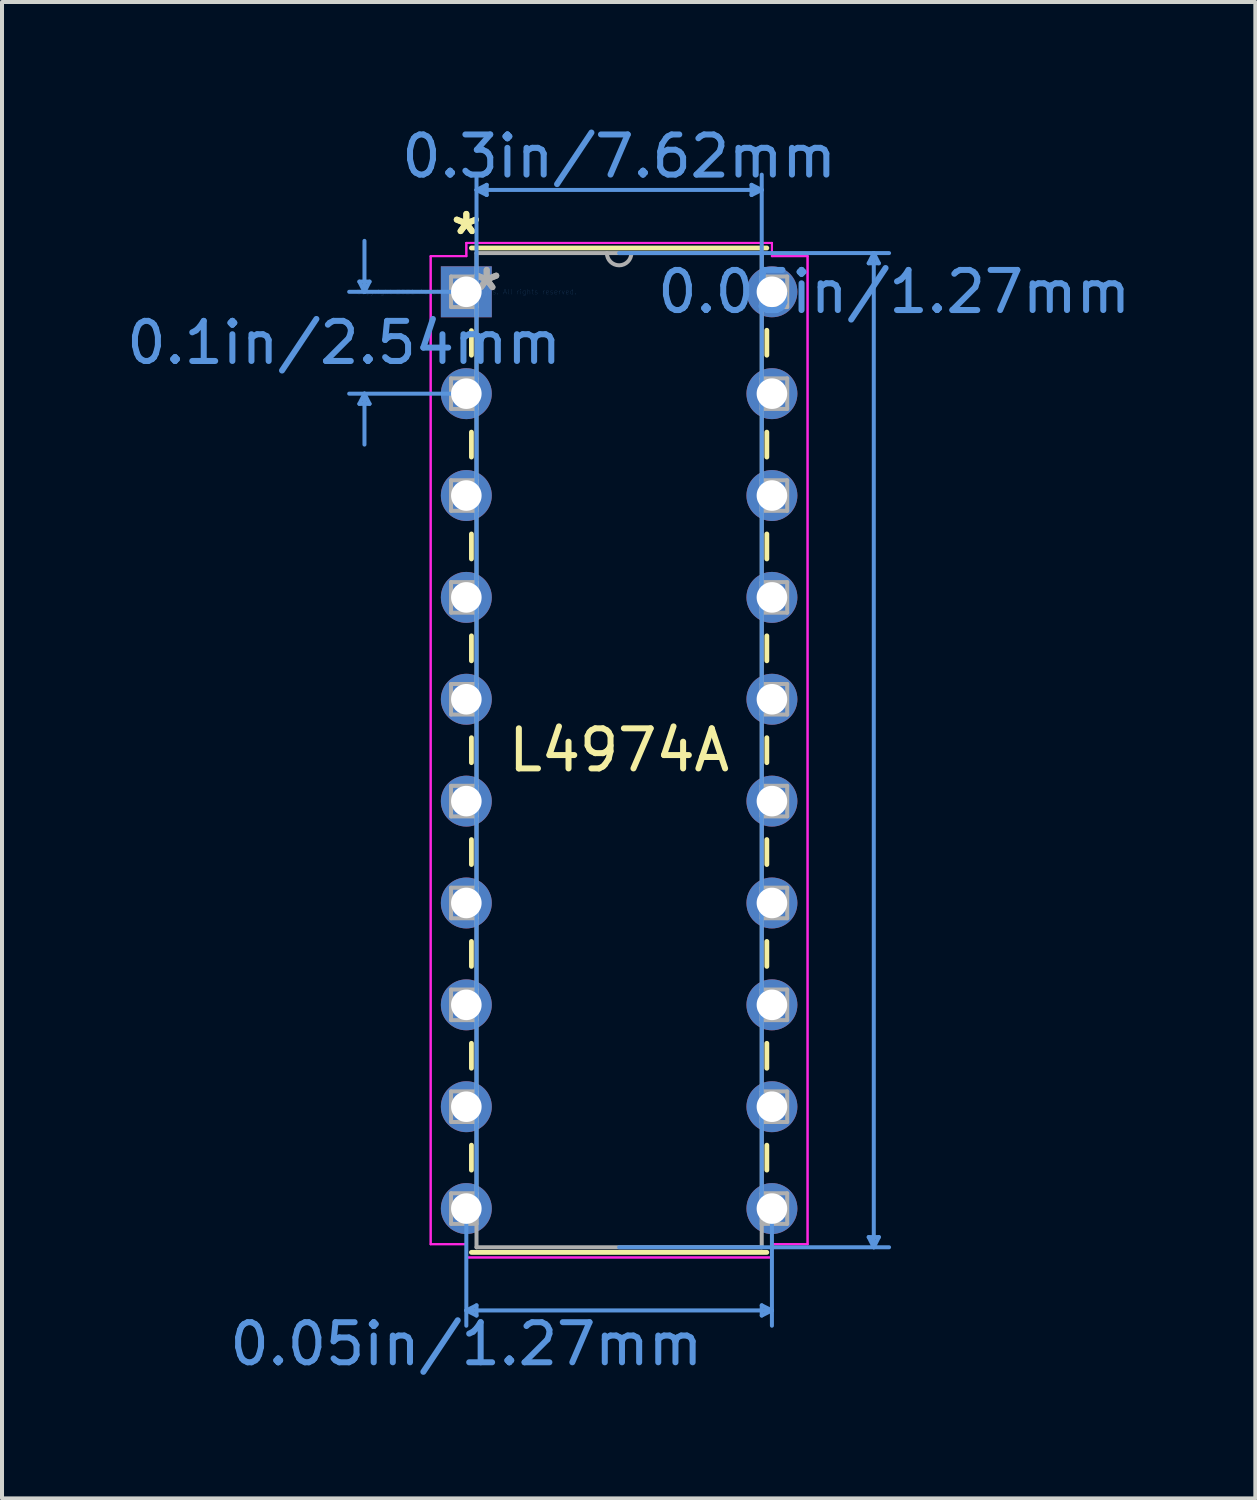
<source format=kicad_pcb>
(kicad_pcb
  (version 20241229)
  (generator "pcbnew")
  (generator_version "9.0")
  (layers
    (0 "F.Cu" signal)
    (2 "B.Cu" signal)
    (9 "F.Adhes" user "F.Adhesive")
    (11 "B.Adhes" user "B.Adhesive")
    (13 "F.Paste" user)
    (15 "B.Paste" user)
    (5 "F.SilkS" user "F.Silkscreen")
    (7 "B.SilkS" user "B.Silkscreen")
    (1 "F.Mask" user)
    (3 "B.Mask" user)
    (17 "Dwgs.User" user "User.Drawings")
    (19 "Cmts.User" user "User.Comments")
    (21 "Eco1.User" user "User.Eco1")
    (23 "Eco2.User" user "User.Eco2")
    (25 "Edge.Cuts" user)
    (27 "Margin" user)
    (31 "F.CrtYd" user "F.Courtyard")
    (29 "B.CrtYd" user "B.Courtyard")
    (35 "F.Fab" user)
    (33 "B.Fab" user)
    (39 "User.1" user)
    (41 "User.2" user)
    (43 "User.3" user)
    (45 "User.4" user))
  (footprint "L4974A"
    (layer "F.Cu")
    (at 8.578 4.226)
    (property "Reference" "L4974A" (at 3.81 11.43 0) (layer "F.SilkS") (effects (font (size 1 1) (thickness 0.15))))
    (attr through_hole)
    (fp_line (start 0.127 0.968) (end 0.127 1.581) (stroke (width 0.12) (type solid)) (layer "F.SilkS"))
    (fp_line (start 0.127 3.499) (end 0.127 4.121) (stroke (width 0.12) (type solid)) (layer "F.SilkS"))
    (fp_line (start 0.127 6.039) (end 0.127 6.661) (stroke (width 0.12) (type solid)) (layer "F.SilkS"))
    (fp_line (start 0.127 8.579) (end 0.127 9.201) (stroke (width 0.12) (type solid)) (layer "F.SilkS"))
    (fp_line (start 0.127 11.119) (end 0.127 11.741) (stroke (width 0.12) (type solid)) (layer "F.SilkS"))
    (fp_line (start 0.127 13.659) (end 0.127 14.281) (stroke (width 0.12) (type solid)) (layer "F.SilkS"))
    (fp_line (start 0.127 16.199) (end 0.127 16.821) (stroke (width 0.12) (type solid)) (layer "F.SilkS"))
    (fp_line (start 0.127 18.739) (end 0.127 19.361) (stroke (width 0.12) (type solid)) (layer "F.SilkS"))
    (fp_line (start 0.127 21.279) (end 0.127 21.901) (stroke (width 0.12) (type solid)) (layer "F.SilkS"))
    (fp_line (start 0.127 23.952) (end 7.493 23.952) (stroke (width 0.12) (type solid)) (layer "F.SilkS"))
    (fp_line (start 7.493 -1.092) (end 0.127 -1.092) (stroke (width 0.12) (type solid)) (layer "F.SilkS"))
    (fp_line (start 7.493 1.581) (end 7.493 0.959) (stroke (width 0.12) (type solid)) (layer "F.SilkS"))
    (fp_line (start 7.493 4.121) (end 7.493 3.499) (stroke (width 0.12) (type solid)) (layer "F.SilkS"))
    (fp_line (start 7.493 6.661) (end 7.493 6.039) (stroke (width 0.12) (type solid)) (layer "F.SilkS"))
    (fp_line (start 7.493 9.201) (end 7.493 8.579) (stroke (width 0.12) (type solid)) (layer "F.SilkS"))
    (fp_line (start 7.493 11.741) (end 7.493 11.119) (stroke (width 0.12) (type solid)) (layer "F.SilkS"))
    (fp_line (start 7.493 14.281) (end 7.493 13.659) (stroke (width 0.12) (type solid)) (layer "F.SilkS"))
    (fp_line (start 7.493 16.821) (end 7.493 16.199) (stroke (width 0.12) (type solid)) (layer "F.SilkS"))
    (fp_line (start 7.493 19.361) (end 7.493 18.739) (stroke (width 0.12) (type solid)) (layer "F.SilkS"))
    (fp_line (start 7.493 21.901) (end 7.493 21.279) (stroke (width 0.12) (type solid)) (layer "F.SilkS"))
    (fp_line (start -2.667 -0.254) (end -2.413 -0.254) (stroke (width 0.1) (type solid)) (layer "Cmts.User"))
    (fp_line (start -2.667 2.794) (end -2.413 2.794) (stroke (width 0.1) (type solid)) (layer "Cmts.User"))
    (fp_line (start -2.54 0) (end -2.667 -0.254) (stroke (width 0.1) (type solid)) (layer "Cmts.User"))
    (fp_line (start -2.54 0) (end -2.54 -1.27) (stroke (width 0.1) (type solid)) (layer "Cmts.User"))
    (fp_line (start -2.54 0) (end -2.413 -0.254) (stroke (width 0.1) (type solid)) (layer "Cmts.User"))
    (fp_line (start -2.54 2.54) (end -2.667 2.794) (stroke (width 0.1) (type solid)) (layer "Cmts.User"))
    (fp_line (start -2.54 2.54) (end -2.54 3.81) (stroke (width 0.1) (type solid)) (layer "Cmts.User"))
    (fp_line (start -2.54 2.54) (end -2.413 2.794) (stroke (width 0.1) (type solid)) (layer "Cmts.User"))
    (fp_line (start 0 0) (end -2.921 0) (stroke (width 0.1) (type solid)) (layer "Cmts.User"))
    (fp_line (start 0 2.54) (end -2.921 2.54) (stroke (width 0.1) (type solid)) (layer "Cmts.User"))
    (fp_line (start 0 22.86) (end 0 25.781) (stroke (width 0.1) (type solid)) (layer "Cmts.User"))
    (fp_line (start 0 25.4) (end 0.254 25.273) (stroke (width 0.1) (type solid)) (layer "Cmts.User"))
    (fp_line (start 0 25.4) (end 0.254 25.527) (stroke (width 0.1) (type solid)) (layer "Cmts.User"))
    (fp_line (start 0 25.4) (end 7.62 25.4) (stroke (width 0.1) (type solid)) (layer "Cmts.User"))
    (fp_line (start 0.254 -2.54) (end 0.508 -2.667) (stroke (width 0.1) (type solid)) (layer "Cmts.User"))
    (fp_line (start 0.254 -2.54) (end 0.508 -2.413) (stroke (width 0.1) (type solid)) (layer "Cmts.User"))
    (fp_line (start 0.254 -2.54) (end 7.366 -2.54) (stroke (width 0.1) (type solid)) (layer "Cmts.User"))
    (fp_line (start 0.254 22.86) (end 0.254 -2.921) (stroke (width 0.1) (type solid)) (layer "Cmts.User"))
    (fp_line (start 0.254 25.273) (end 0.254 25.527) (stroke (width 0.1) (type solid)) (layer "Cmts.User"))
    (fp_line (start 0.508 -2.667) (end 0.508 -2.413) (stroke (width 0.1) (type solid)) (layer "Cmts.User"))
    (fp_line (start 3.81 -0.965) (end 10.541 -0.965) (stroke (width 0.1) (type solid)) (layer "Cmts.User"))
    (fp_line (start 3.81 23.825) (end 10.541 23.825) (stroke (width 0.1) (type solid)) (layer "Cmts.User"))
    (fp_line (start 7.112 -2.667) (end 7.112 -2.413) (stroke (width 0.1) (type solid)) (layer "Cmts.User"))
    (fp_line (start 7.366 -2.54) (end 7.112 -2.667) (stroke (width 0.1) (type solid)) (layer "Cmts.User"))
    (fp_line (start 7.366 -2.54) (end 7.112 -2.413) (stroke (width 0.1) (type solid)) (layer "Cmts.User"))
    (fp_line (start 7.366 22.86) (end 7.366 -2.921) (stroke (width 0.1) (type solid)) (layer "Cmts.User"))
    (fp_line (start 7.366 25.273) (end 7.366 25.527) (stroke (width 0.1) (type solid)) (layer "Cmts.User"))
    (fp_line (start 7.62 22.86) (end 7.62 25.781) (stroke (width 0.1) (type solid)) (layer "Cmts.User"))
    (fp_line (start 7.62 25.4) (end 7.366 25.273) (stroke (width 0.1) (type solid)) (layer "Cmts.User"))
    (fp_line (start 7.62 25.4) (end 7.366 25.527) (stroke (width 0.1) (type solid)) (layer "Cmts.User"))
    (fp_line (start 10.033 -0.711) (end 10.287 -0.711) (stroke (width 0.1) (type solid)) (layer "Cmts.User"))
    (fp_line (start 10.033 23.571) (end 10.287 23.571) (stroke (width 0.1) (type solid)) (layer "Cmts.User"))
    (fp_line (start 10.16 -0.965) (end 10.033 -0.711) (stroke (width 0.1) (type solid)) (layer "Cmts.User"))
    (fp_line (start 10.16 -0.965) (end 10.16 23.825) (stroke (width 0.1) (type solid)) (layer "Cmts.User"))
    (fp_line (start 10.16 -0.965) (end 10.287 -0.711) (stroke (width 0.1) (type solid)) (layer "Cmts.User"))
    (fp_line (start 10.16 23.825) (end 10.033 23.571) (stroke (width 0.1) (type solid)) (layer "Cmts.User"))
    (fp_line (start 10.16 23.825) (end 10.287 23.571) (stroke (width 0.1) (type solid)) (layer "Cmts.User"))
    (fp_line (start -0.889 -0.889) (end -0.889 23.749) (stroke (width 0.05) (type solid)) (layer "F.CrtYd"))
    (fp_line (start -0.889 -0.889) (end 0 -0.889) (stroke (width 0.05) (type solid)) (layer "F.CrtYd"))
    (fp_line (start -0.889 23.749) (end -0.889 -0.889) (stroke (width 0.05) (type solid)) (layer "F.CrtYd"))
    (fp_line (start -0.889 23.749) (end 0 23.749) (stroke (width 0.05) (type solid)) (layer "F.CrtYd"))
    (fp_line (start 0 -1.219) (end 0 -0.889) (stroke (width 0.05) (type solid)) (layer "F.CrtYd"))
    (fp_line (start 0 -1.219) (end 7.62 -1.219) (stroke (width 0.05) (type solid)) (layer "F.CrtYd"))
    (fp_line (start 0 -0.889) (end -0.889 -0.889) (stroke (width 0.05) (type solid)) (layer "F.CrtYd"))
    (fp_line (start 0 -0.889) (end 0 -1.219) (stroke (width 0.05) (type solid)) (layer "F.CrtYd"))
    (fp_line (start 0 23.749) (end -0.889 23.749) (stroke (width 0.05) (type solid)) (layer "F.CrtYd"))
    (fp_line (start 0 23.749) (end 0 24.079) (stroke (width 0.05) (type solid)) (layer "F.CrtYd"))
    (fp_line (start 0 24.079) (end 0 23.749) (stroke (width 0.05) (type solid)) (layer "F.CrtYd"))
    (fp_line (start 0 24.079) (end 7.62 24.079) (stroke (width 0.05) (type solid)) (layer "F.CrtYd"))
    (fp_line (start 7.62 -1.219) (end 0 -1.219) (stroke (width 0.05) (type solid)) (layer "F.CrtYd"))
    (fp_line (start 7.62 -1.219) (end 7.62 -0.889) (stroke (width 0.05) (type solid)) (layer "F.CrtYd"))
    (fp_line (start 7.62 -0.889) (end 7.62 -1.219) (stroke (width 0.05) (type solid)) (layer "F.CrtYd"))
    (fp_line (start 7.62 23.749) (end 7.62 24.079) (stroke (width 0.05) (type solid)) (layer "F.CrtYd"))
    (fp_line (start 7.62 23.749) (end 8.509 23.749) (stroke (width 0.05) (type solid)) (layer "F.CrtYd"))
    (fp_line (start 7.62 24.079) (end 0 24.079) (stroke (width 0.05) (type solid)) (layer "F.CrtYd"))
    (fp_line (start 7.62 24.079) (end 7.62 23.749) (stroke (width 0.05) (type solid)) (layer "F.CrtYd"))
    (fp_line (start 8.509 -0.889) (end 7.62 -0.889) (stroke (width 0.05) (type solid)) (layer "F.CrtYd"))
    (fp_line (start 8.509 -0.889) (end 7.62 -0.889) (stroke (width 0.05) (type solid)) (layer "F.CrtYd"))
    (fp_line (start 8.509 -0.889) (end 8.509 23.749) (stroke (width 0.05) (type solid)) (layer "F.CrtYd"))
    (fp_line (start 8.509 23.749) (end 7.62 23.749) (stroke (width 0.05) (type solid)) (layer "F.CrtYd"))
    (fp_line (start 8.509 23.749) (end 8.509 -0.889) (stroke (width 0.05) (type solid)) (layer "F.CrtYd"))
    (fp_line (start -0.381 -0.381) (end -0.381 0.381) (stroke (width 0.1) (type solid)) (layer "F.Fab"))
    (fp_line (start -0.381 0.381) (end 0.254 0.381) (stroke (width 0.1) (type solid)) (layer "F.Fab"))
    (fp_line (start -0.381 2.159) (end -0.381 2.921) (stroke (width 0.1) (type solid)) (layer "F.Fab"))
    (fp_line (start -0.381 2.921) (end 0.254 2.921) (stroke (width 0.1) (type solid)) (layer "F.Fab"))
    (fp_line (start -0.381 4.699) (end -0.381 5.461) (stroke (width 0.1) (type solid)) (layer "F.Fab"))
    (fp_line (start -0.381 5.461) (end 0.254 5.461) (stroke (width 0.1) (type solid)) (layer "F.Fab"))
    (fp_line (start -0.381 7.239) (end -0.381 8.001) (stroke (width 0.1) (type solid)) (layer "F.Fab"))
    (fp_line (start -0.381 8.001) (end 0.254 8.001) (stroke (width 0.1) (type solid)) (layer "F.Fab"))
    (fp_line (start -0.381 9.779) (end -0.381 10.541) (stroke (width 0.1) (type solid)) (layer "F.Fab"))
    (fp_line (start -0.381 10.541) (end 0.254 10.541) (stroke (width 0.1) (type solid)) (layer "F.Fab"))
    (fp_line (start -0.381 12.319) (end -0.381 13.081) (stroke (width 0.1) (type solid)) (layer "F.Fab"))
    (fp_line (start -0.381 13.081) (end 0.254 13.081) (stroke (width 0.1) (type solid)) (layer "F.Fab"))
    (fp_line (start -0.381 14.859) (end -0.381 15.621) (stroke (width 0.1) (type solid)) (layer "F.Fab"))
    (fp_line (start -0.381 15.621) (end 0.254 15.621) (stroke (width 0.1) (type solid)) (layer "F.Fab"))
    (fp_line (start -0.381 17.399) (end -0.381 18.161) (stroke (width 0.1) (type solid)) (layer "F.Fab"))
    (fp_line (start -0.381 18.161) (end 0.254 18.161) (stroke (width 0.1) (type solid)) (layer "F.Fab"))
    (fp_line (start -0.381 19.939) (end -0.381 20.701) (stroke (width 0.1) (type solid)) (layer "F.Fab"))
    (fp_line (start -0.381 20.701) (end 0.254 20.701) (stroke (width 0.1) (type solid)) (layer "F.Fab"))
    (fp_line (start -0.381 22.479) (end -0.381 23.241) (stroke (width 0.1) (type solid)) (layer "F.Fab"))
    (fp_line (start -0.381 23.241) (end 0.254 23.241) (stroke (width 0.1) (type solid)) (layer "F.Fab"))
    (fp_line (start 0.254 -0.965) (end 0.254 23.825) (stroke (width 0.1) (type solid)) (layer "F.Fab"))
    (fp_line (start 0.254 -0.381) (end -0.381 -0.381) (stroke (width 0.1) (type solid)) (layer "F.Fab"))
    (fp_line (start 0.254 0.381) (end 0.254 -0.381) (stroke (width 0.1) (type solid)) (layer "F.Fab"))
    (fp_line (start 0.254 2.159) (end -0.381 2.159) (stroke (width 0.1) (type solid)) (layer "F.Fab"))
    (fp_line (start 0.254 2.921) (end 0.254 2.159) (stroke (width 0.1) (type solid)) (layer "F.Fab"))
    (fp_line (start 0.254 4.699) (end -0.381 4.699) (stroke (width 0.1) (type solid)) (layer "F.Fab"))
    (fp_line (start 0.254 5.461) (end 0.254 4.699) (stroke (width 0.1) (type solid)) (layer "F.Fab"))
    (fp_line (start 0.254 7.239) (end -0.381 7.239) (stroke (width 0.1) (type solid)) (layer "F.Fab"))
    (fp_line (start 0.254 8.001) (end 0.254 7.239) (stroke (width 0.1) (type solid)) (layer "F.Fab"))
    (fp_line (start 0.254 9.779) (end -0.381 9.779) (stroke (width 0.1) (type solid)) (layer "F.Fab"))
    (fp_line (start 0.254 10.541) (end 0.254 9.779) (stroke (width 0.1) (type solid)) (layer "F.Fab"))
    (fp_line (start 0.254 12.319) (end -0.381 12.319) (stroke (width 0.1) (type solid)) (layer "F.Fab"))
    (fp_line (start 0.254 13.081) (end 0.254 12.319) (stroke (width 0.1) (type solid)) (layer "F.Fab"))
    (fp_line (start 0.254 14.859) (end -0.381 14.859) (stroke (width 0.1) (type solid)) (layer "F.Fab"))
    (fp_line (start 0.254 15.621) (end 0.254 14.859) (stroke (width 0.1) (type solid)) (layer "F.Fab"))
    (fp_line (start 0.254 17.399) (end -0.381 17.399) (stroke (width 0.1) (type solid)) (layer "F.Fab"))
    (fp_line (start 0.254 18.161) (end 0.254 17.399) (stroke (width 0.1) (type solid)) (layer "F.Fab"))
    (fp_line (start 0.254 19.939) (end -0.381 19.939) (stroke (width 0.1) (type solid)) (layer "F.Fab"))
    (fp_line (start 0.254 20.701) (end 0.254 19.939) (stroke (width 0.1) (type solid)) (layer "F.Fab"))
    (fp_line (start 0.254 22.479) (end -0.381 22.479) (stroke (width 0.1) (type solid)) (layer "F.Fab"))
    (fp_line (start 0.254 23.241) (end 0.254 22.479) (stroke (width 0.1) (type solid)) (layer "F.Fab"))
    (fp_line (start 0.254 23.825) (end 7.366 23.825) (stroke (width 0.1) (type solid)) (layer "F.Fab"))
    (fp_line (start 7.366 -0.965) (end 0.254 -0.965) (stroke (width 0.1) (type solid)) (layer "F.Fab"))
    (fp_line (start 7.366 -0.381) (end 7.366 0.381) (stroke (width 0.1) (type solid)) (layer "F.Fab"))
    (fp_line (start 7.366 0.381) (end 8.001 0.381) (stroke (width 0.1) (type solid)) (layer "F.Fab"))
    (fp_line (start 7.366 2.159) (end 7.366 2.921) (stroke (width 0.1) (type solid)) (layer "F.Fab"))
    (fp_line (start 7.366 2.921) (end 8.001 2.921) (stroke (width 0.1) (type solid)) (layer "F.Fab"))
    (fp_line (start 7.366 4.699) (end 7.366 5.461) (stroke (width 0.1) (type solid)) (layer "F.Fab"))
    (fp_line (start 7.366 5.461) (end 8.001 5.461) (stroke (width 0.1) (type solid)) (layer "F.Fab"))
    (fp_line (start 7.366 7.239) (end 7.366 8.001) (stroke (width 0.1) (type solid)) (layer "F.Fab"))
    (fp_line (start 7.366 8.001) (end 8.001 8.001) (stroke (width 0.1) (type solid)) (layer "F.Fab"))
    (fp_line (start 7.366 9.779) (end 7.366 10.541) (stroke (width 0.1) (type solid)) (layer "F.Fab"))
    (fp_line (start 7.366 10.541) (end 8.001 10.541) (stroke (width 0.1) (type solid)) (layer "F.Fab"))
    (fp_line (start 7.366 12.319) (end 7.366 13.081) (stroke (width 0.1) (type solid)) (layer "F.Fab"))
    (fp_line (start 7.366 13.081) (end 8.001 13.081) (stroke (width 0.1) (type solid)) (layer "F.Fab"))
    (fp_line (start 7.366 14.859) (end 7.366 15.621) (stroke (width 0.1) (type solid)) (layer "F.Fab"))
    (fp_line (start 7.366 15.621) (end 8.001 15.621) (stroke (width 0.1) (type solid)) (layer "F.Fab"))
    (fp_line (start 7.366 17.399) (end 7.366 18.161) (stroke (width 0.1) (type solid)) (layer "F.Fab"))
    (fp_line (start 7.366 18.161) (end 8.001 18.161) (stroke (width 0.1) (type solid)) (layer "F.Fab"))
    (fp_line (start 7.366 19.939) (end 7.366 20.701) (stroke (width 0.1) (type solid)) (layer "F.Fab"))
    (fp_line (start 7.366 20.701) (end 8.001 20.701) (stroke (width 0.1) (type solid)) (layer "F.Fab"))
    (fp_line (start 7.366 22.479) (end 7.366 23.241) (stroke (width 0.1) (type solid)) (layer "F.Fab"))
    (fp_line (start 7.366 23.241) (end 8.001 23.241) (stroke (width 0.1) (type solid)) (layer "F.Fab"))
    (fp_line (start 7.366 23.825) (end 7.366 -0.965) (stroke (width 0.1) (type solid)) (layer "F.Fab"))
    (fp_line (start 8.001 -0.381) (end 7.366 -0.381) (stroke (width 0.1) (type solid)) (layer "F.Fab"))
    (fp_line (start 8.001 0.381) (end 8.001 -0.381) (stroke (width 0.1) (type solid)) (layer "F.Fab"))
    (fp_line (start 8.001 2.159) (end 7.366 2.159) (stroke (width 0.1) (type solid)) (layer "F.Fab"))
    (fp_line (start 8.001 2.921) (end 8.001 2.159) (stroke (width 0.1) (type solid)) (layer "F.Fab"))
    (fp_line (start 8.001 4.699) (end 7.366 4.699) (stroke (width 0.1) (type solid)) (layer "F.Fab"))
    (fp_line (start 8.001 5.461) (end 8.001 4.699) (stroke (width 0.1) (type solid)) (layer "F.Fab"))
    (fp_line (start 8.001 7.239) (end 7.366 7.239) (stroke (width 0.1) (type solid)) (layer "F.Fab"))
    (fp_line (start 8.001 8.001) (end 8.001 7.239) (stroke (width 0.1) (type solid)) (layer "F.Fab"))
    (fp_line (start 8.001 9.779) (end 7.366 9.779) (stroke (width 0.1) (type solid)) (layer "F.Fab"))
    (fp_line (start 8.001 10.541) (end 8.001 9.779) (stroke (width 0.1) (type solid)) (layer "F.Fab"))
    (fp_line (start 8.001 12.319) (end 7.366 12.319) (stroke (width 0.1) (type solid)) (layer "F.Fab"))
    (fp_line (start 8.001 13.081) (end 8.001 12.319) (stroke (width 0.1) (type solid)) (layer "F.Fab"))
    (fp_line (start 8.001 14.859) (end 7.366 14.859) (stroke (width 0.1) (type solid)) (layer "F.Fab"))
    (fp_line (start 8.001 15.621) (end 8.001 14.859) (stroke (width 0.1) (type solid)) (layer "F.Fab"))
    (fp_line (start 8.001 17.399) (end 7.366 17.399) (stroke (width 0.1) (type solid)) (layer "F.Fab"))
    (fp_line (start 8.001 18.161) (end 8.001 17.399) (stroke (width 0.1) (type solid)) (layer "F.Fab"))
    (fp_line (start 8.001 19.939) (end 7.366 19.939) (stroke (width 0.1) (type solid)) (layer "F.Fab"))
    (fp_line (start 8.001 20.701) (end 8.001 19.939) (stroke (width 0.1) (type solid)) (layer "F.Fab"))
    (fp_line (start 8.001 22.479) (end 7.366 22.479) (stroke (width 0.1) (type solid)) (layer "F.Fab"))
    (fp_line (start 8.001 23.241) (end 8.001 22.479) (stroke (width 0.1) (type solid)) (layer "F.Fab"))
    (fp_arc (start 4.1148 -0.9652) (mid 3.81 -0.6604) (end 3.5052 -0.9652) (stroke (width 0.1) (type solid)) (layer "F.Fab"))
    (fp_text user "*" (at 0 -1.397 0) (layer "F.SilkS") (effects (font (size 1 1) (thickness 0.15))))
    (fp_text user "*" (at 0 -1.397 0) (layer "F.SilkS") (effects (font (size 1 1) (thickness 0.15))))
    (fp_text user "0.3in/7.62mm" (at 3.81 -3.378 0) (layer "Cmts.User") (effects (font (size 1 1) (thickness 0.15))))
    (fp_text user "0.1in/2.54mm" (at -3.048 1.27 0) (layer "Cmts.User") (effects (font (size 1 1) (thickness 0.15))))
    (fp_text user "0.05in/1.27mm" (at 10.668 0 0) (layer "Cmts.User") (effects (font (size 1 1) (thickness 0.15))))
    (fp_text user "Copyright 2021 Accelerated Designs. All rights reserved." (at 0 0 0) (layer "Cmts.User") (effects (font (size 0.127 0.127) (thickness 0.002))))
    (fp_text user "0.05in/1.27mm" (at 0 26.238 0) (layer "Cmts.User") (effects (font (size 1 1) (thickness 0.15))))
    (fp_text user "*" (at 0.508 0 0) (layer "F.Fab") (effects (font (size 1 1) (thickness 0.15))))
    (fp_text user "*" (at 0.508 0 0) (layer "F.Fab") (effects (font (size 1 1) (thickness 0.15))))
    (pad "1" thru_hole rect (at 0 0) (size 1.27 1.27) (drill 0.762) (layers "*.Cu" "*.Mask"))
    (pad "2" thru_hole circle (at 0 2.54) (size 1.27 1.27) (drill 0.762) (layers "*.Cu" "*.Mask"))
    (pad "3" thru_hole circle (at 0 5.08) (size 1.27 1.27) (drill 0.762) (layers "*.Cu" "*.Mask"))
    (pad "4" thru_hole circle (at 0 7.62) (size 1.27 1.27) (drill 0.762) (layers "*.Cu" "*.Mask"))
    (pad "5" thru_hole circle (at 0 10.16) (size 1.27 1.27) (drill 0.762) (layers "*.Cu" "*.Mask"))
    (pad "6" thru_hole circle (at 0 12.7) (size 1.27 1.27) (drill 0.762) (layers "*.Cu" "*.Mask"))
    (pad "7" thru_hole circle (at 0 15.24) (size 1.27 1.27) (drill 0.762) (layers "*.Cu" "*.Mask"))
    (pad "8" thru_hole circle (at 0 17.78) (size 1.27 1.27) (drill 0.762) (layers "*.Cu" "*.Mask"))
    (pad "9" thru_hole circle (at 0 20.32) (size 1.27 1.27) (drill 0.762) (layers "*.Cu" "*.Mask"))
    (pad "10" thru_hole circle (at 0 22.86) (size 1.27 1.27) (drill 0.762) (layers "*.Cu" "*.Mask"))
    (pad "11" thru_hole circle (at 7.62 22.86) (size 1.27 1.27) (drill 0.762) (layers "*.Cu" "*.Mask"))
    (pad "12" thru_hole circle (at 7.62 20.32) (size 1.27 1.27) (drill 0.762) (layers "*.Cu" "*.Mask"))
    (pad "13" thru_hole circle (at 7.62 17.78) (size 1.27 1.27) (drill 0.762) (layers "*.Cu" "*.Mask"))
    (pad "14" thru_hole circle (at 7.62 15.24) (size 1.27 1.27) (drill 0.762) (layers "*.Cu" "*.Mask"))
    (pad "15" thru_hole circle (at 7.62 12.7) (size 1.27 1.27) (drill 0.762) (layers "*.Cu" "*.Mask"))
    (pad "16" thru_hole circle (at 7.62 10.16) (size 1.27 1.27) (drill 0.762) (layers "*.Cu" "*.Mask"))
    (pad "17" thru_hole circle (at 7.62 7.62) (size 1.27 1.27) (drill 0.762) (layers "*.Cu" "*.Mask"))
    (pad "18" thru_hole circle (at 7.62 5.08) (size 1.27 1.27) (drill 0.762) (layers "*.Cu" "*.Mask"))
    (pad "19" thru_hole circle (at 7.62 2.54) (size 1.27 1.27) (drill 0.762) (layers "*.Cu" "*.Mask"))
    (pad "20" thru_hole circle (at 7.62 0) (size 1.27 1.27) (drill 0.762) (layers "*.Cu" "*.Mask")))
  (gr_rect
    (start -3 -3)
    (end 28.252 34.313)
    (stroke (width 0.1) (type default))
    (fill no)
    (layer "Edge.Cuts")))
</source>
